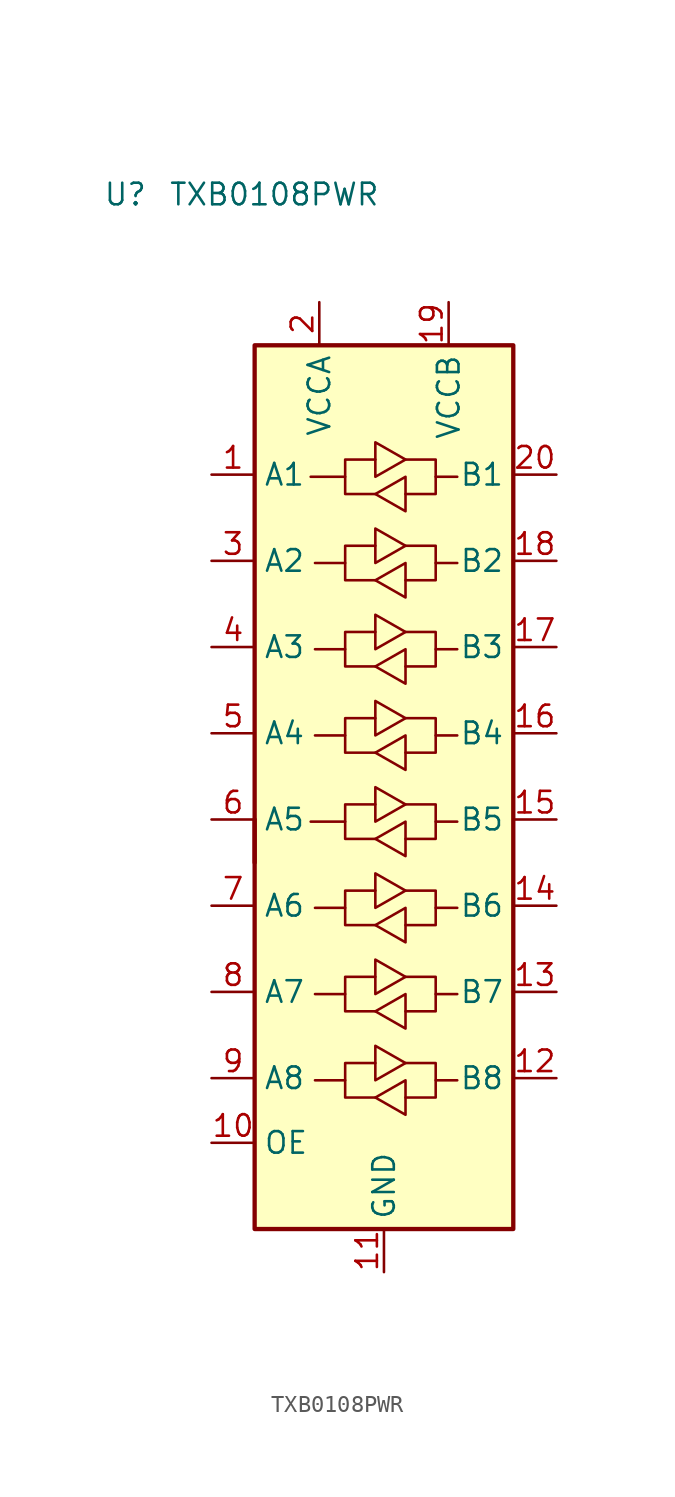
<source format=kicad_sym>
(kicad_symbol_lib
  (version 20211014)
  (generator kicad_symbol_editor)
  (symbol "TXB0108PWR"
    (property "Reference" "U"
      (at -15.24 24.13 0)
      (effects (font (size 1.27 1.27))))
    (property "Value" "TXB0108PWR"
      (at -12.7 24.13 0)
      (effects (font (size 1.27 1.27)) (justify left)))
    (symbol "TXB0108PWR_0_1"
      (rectangle (start -7.62 -15.24) (end -7.62 -12.7) (stroke (width 0.254) (type default) (color 0 0 0 0)) (fill (type none)))
      (rectangle (start -7.62 15.24) (end 7.62 -36.83) (stroke (width 0.254) (type default) (color 0 0 0 0)) (fill (type background)))
      (polyline (pts (xy -2.286 -7.747) (xy -2.286 -6.731) (xy -0.508 -6.731)) (stroke (width 0) (type default) (color 0 0 0 0)) (fill (type none)))
      (polyline (pts (xy -2.286 -2.667) (xy -2.286 -1.651) (xy -0.508 -1.651)) (stroke (width 0) (type default) (color 0 0 0 0)) (fill (type none)))
      (polyline (pts (xy -2.286 2.413) (xy -2.286 3.429) (xy -0.508 3.429)) (stroke (width 0) (type default) (color 0 0 0 0)) (fill (type none)))
      (polyline (pts (xy -2.286 7.493) (xy -2.286 8.509) (xy -0.508 8.509)) (stroke (width 0) (type default) (color 0 0 0 0)) (fill (type none)))
      (polyline (pts (xy 3.048 -7.747) (xy 3.048 -8.763) (xy 1.27 -8.763)) (stroke (width 0) (type default) (color 0 0 0 0)) (fill (type none)))
      (polyline (pts (xy 3.048 -2.667) (xy 3.048 -3.683) (xy 1.27 -3.683)) (stroke (width 0) (type default) (color 0 0 0 0)) (fill (type none)))
      (polyline (pts (xy 3.048 2.413) (xy 3.048 1.397) (xy 1.27 1.397)) (stroke (width 0) (type default) (color 0 0 0 0)) (fill (type none)))
      (polyline (pts (xy 3.048 7.493) (xy 3.048 6.477) (xy 1.27 6.477)) (stroke (width 0) (type default) (color 0 0 0 0)) (fill (type none)))
      (polyline (pts (xy -0.508 -8.763) (xy -2.286 -8.763) (xy -2.286 -7.747) (xy -4.064 -7.747)) (stroke (width 0) (type default) (color 0 0 0 0)) (fill (type none)))
      (polyline (pts (xy -0.508 -8.763) (xy 1.27 -7.747) (xy 1.27 -9.779) (xy -0.508 -8.763)) (stroke (width 0) (type default) (color 0 0 0 0)) (fill (type none)))
      (polyline (pts (xy -0.508 -3.683) (xy -2.286 -3.683) (xy -2.286 -2.667) (xy -4.064 -2.667)) (stroke (width 0) (type default) (color 0 0 0 0)) (fill (type none)))
      (polyline (pts (xy -0.508 -3.683) (xy 1.27 -2.667) (xy 1.27 -4.699) (xy -0.508 -3.683)) (stroke (width 0) (type default) (color 0 0 0 0)) (fill (type none)))
      (polyline (pts (xy -0.508 1.397) (xy -2.286 1.397) (xy -2.286 2.413) (xy -4.064 2.413)) (stroke (width 0) (type default) (color 0 0 0 0)) (fill (type none)))
      (polyline (pts (xy -0.508 1.397) (xy 1.27 2.413) (xy 1.27 0.381) (xy -0.508 1.397)) (stroke (width 0) (type default) (color 0 0 0 0)) (fill (type none)))
      (polyline (pts (xy -0.508 6.477) (xy -2.286 6.477) (xy -2.286 7.493) (xy -4.318 7.493)) (stroke (width 0) (type default) (color 0 0 0 0)) (fill (type none)))
      (polyline (pts (xy -0.508 6.477) (xy 1.27 7.493) (xy 1.27 5.461) (xy -0.508 6.477)) (stroke (width 0) (type default) (color 0 0 0 0)) (fill (type none)))
      (polyline (pts (xy 1.27 -6.731) (xy -0.508 -7.747) (xy -0.508 -5.715) (xy 1.27 -6.731)) (stroke (width 0) (type default) (color 0 0 0 0)) (fill (type none)))
      (polyline (pts (xy 1.27 -6.731) (xy 3.048 -6.731) (xy 3.048 -7.747) (xy 4.318 -7.747)) (stroke (width 0) (type default) (color 0 0 0 0)) (fill (type none)))
      (polyline (pts (xy 1.27 -1.651) (xy -0.508 -2.667) (xy -0.508 -0.635) (xy 1.27 -1.651)) (stroke (width 0) (type default) (color 0 0 0 0)) (fill (type none)))
      (polyline (pts (xy 1.27 -1.651) (xy 3.048 -1.651) (xy 3.048 -2.667) (xy 4.318 -2.667)) (stroke (width 0) (type default) (color 0 0 0 0)) (fill (type none)))
      (polyline (pts (xy 1.27 3.429) (xy -0.508 2.413) (xy -0.508 4.445) (xy 1.27 3.429)) (stroke (width 0) (type default) (color 0 0 0 0)) (fill (type none)))
      (polyline (pts (xy 1.27 3.429) (xy 3.048 3.429) (xy 3.048 2.413) (xy 4.318 2.413)) (stroke (width 0) (type default) (color 0 0 0 0)) (fill (type none)))
      (polyline (pts (xy 1.27 8.509) (xy -0.508 7.493) (xy -0.508 9.525) (xy 1.27 8.509)) (stroke (width 0) (type default) (color 0 0 0 0)) (fill (type none)))
      (polyline (pts (xy 1.27 8.509) (xy 3.048 8.509) (xy 3.048 7.493) (xy 4.318 7.493)) (stroke (width 0) (type default) (color 0 0 0 0)) (fill (type none))))
    (symbol "TXB0108PWR_1_1"
      (polyline (pts (xy -2.286 -28.067) (xy -2.286 -27.051) (xy -0.508 -27.051)) (stroke (width 0) (type default) (color 0 0 0 0)) (fill (type none)))
      (polyline (pts (xy -2.286 -22.987) (xy -2.286 -21.971) (xy -0.508 -21.971)) (stroke (width 0) (type default) (color 0 0 0 0)) (fill (type none)))
      (polyline (pts (xy -2.286 -17.907) (xy -2.286 -16.891) (xy -0.508 -16.891)) (stroke (width 0) (type default) (color 0 0 0 0)) (fill (type none)))
      (polyline (pts (xy -2.286 -12.827) (xy -2.286 -11.811) (xy -0.508 -11.811)) (stroke (width 0) (type default) (color 0 0 0 0)) (fill (type none)))
      (polyline (pts (xy 3.048 -28.067) (xy 3.048 -29.083) (xy 1.27 -29.083)) (stroke (width 0) (type default) (color 0 0 0 0)) (fill (type none)))
      (polyline (pts (xy 3.048 -22.987) (xy 3.048 -24.003) (xy 1.27 -24.003)) (stroke (width 0) (type default) (color 0 0 0 0)) (fill (type none)))
      (polyline (pts (xy 3.048 -17.907) (xy 3.048 -18.923) (xy 1.27 -18.923)) (stroke (width 0) (type default) (color 0 0 0 0)) (fill (type none)))
      (polyline (pts (xy 3.048 -12.827) (xy 3.048 -13.843) (xy 1.27 -13.843)) (stroke (width 0) (type default) (color 0 0 0 0)) (fill (type none)))
      (polyline (pts (xy -0.508 -29.083) (xy -2.286 -29.083) (xy -2.286 -28.067) (xy -4.064 -28.067)) (stroke (width 0) (type default) (color 0 0 0 0)) (fill (type none)))
      (polyline (pts (xy -0.508 -29.083) (xy 1.27 -28.067) (xy 1.27 -30.099) (xy -0.508 -29.083)) (stroke (width 0) (type default) (color 0 0 0 0)) (fill (type none)))
      (polyline (pts (xy -0.508 -24.003) (xy -2.286 -24.003) (xy -2.286 -22.987) (xy -4.064 -22.987)) (stroke (width 0) (type default) (color 0 0 0 0)) (fill (type none)))
      (polyline (pts (xy -0.508 -24.003) (xy 1.27 -22.987) (xy 1.27 -25.019) (xy -0.508 -24.003)) (stroke (width 0) (type default) (color 0 0 0 0)) (fill (type none)))
      (polyline (pts (xy -0.508 -18.923) (xy -2.286 -18.923) (xy -2.286 -17.907) (xy -4.064 -17.907)) (stroke (width 0) (type default) (color 0 0 0 0)) (fill (type none)))
      (polyline (pts (xy -0.508 -18.923) (xy 1.27 -17.907) (xy 1.27 -19.939) (xy -0.508 -18.923)) (stroke (width 0) (type default) (color 0 0 0 0)) (fill (type none)))
      (polyline (pts (xy -0.508 -13.843) (xy -2.286 -13.843) (xy -2.286 -12.827) (xy -4.318 -12.827)) (stroke (width 0) (type default) (color 0 0 0 0)) (fill (type none)))
      (polyline (pts (xy -0.508 -13.843) (xy 1.27 -12.827) (xy 1.27 -14.859) (xy -0.508 -13.843)) (stroke (width 0) (type default) (color 0 0 0 0)) (fill (type none)))
      (polyline (pts (xy 1.27 -27.051) (xy -0.508 -28.067) (xy -0.508 -26.035) (xy 1.27 -27.051)) (stroke (width 0) (type default) (color 0 0 0 0)) (fill (type none)))
      (polyline (pts (xy 1.27 -27.051) (xy 3.048 -27.051) (xy 3.048 -28.067) (xy 4.318 -28.067)) (stroke (width 0) (type default) (color 0 0 0 0)) (fill (type none)))
      (polyline (pts (xy 1.27 -21.971) (xy -0.508 -22.987) (xy -0.508 -20.955) (xy 1.27 -21.971)) (stroke (width 0) (type default) (color 0 0 0 0)) (fill (type none)))
      (polyline (pts (xy 1.27 -21.971) (xy 3.048 -21.971) (xy 3.048 -22.987) (xy 4.318 -22.987)) (stroke (width 0) (type default) (color 0 0 0 0)) (fill (type none)))
      (polyline (pts (xy 1.27 -16.891) (xy -0.508 -17.907) (xy -0.508 -15.875) (xy 1.27 -16.891)) (stroke (width 0) (type default) (color 0 0 0 0)) (fill (type none)))
      (polyline (pts (xy 1.27 -16.891) (xy 3.048 -16.891) (xy 3.048 -17.907) (xy 4.318 -17.907)) (stroke (width 0) (type default) (color 0 0 0 0)) (fill (type none)))
      (polyline (pts (xy 1.27 -11.811) (xy -0.508 -12.827) (xy -0.508 -10.795) (xy 1.27 -11.811)) (stroke (width 0) (type default) (color 0 0 0 0)) (fill (type none)))
      (polyline (pts (xy 1.27 -11.811) (xy 3.048 -11.811) (xy 3.048 -12.827) (xy 4.318 -12.827)) (stroke (width 0) (type default) (color 0 0 0 0)) (fill (type none)))
      (pin bidirectional line (at -10.16 7.62 0) (length 2.54) (name "A1" (effects (font (size 1.27 1.27)))) (number "1" (effects (font (size 1.27 1.27)))))
      (pin input line (at -10.16 -31.75 0) (length 2.54) (name "OE" (effects (font (size 1.27 1.27)))) (number "10" (effects (font (size 1.27 1.27)))))
      (pin power_in line (at 0 -39.37 90) (length 2.54) (name "GND" (effects (font (size 1.27 1.27)))) (number "11" (effects (font (size 1.27 1.27)))))
      (pin bidirectional line (at 10.16 -27.94 180) (length 2.54) (name "B8" (effects (font (size 1.27 1.27)))) (number "12" (effects (font (size 1.27 1.27)))))
      (pin bidirectional line (at 10.16 -22.86 180) (length 2.54) (name "B7" (effects (font (size 1.27 1.27)))) (number "13" (effects (font (size 1.27 1.27)))))
      (pin bidirectional line (at 10.16 -17.78 180) (length 2.54) (name "B6" (effects (font (size 1.27 1.27)))) (number "14" (effects (font (size 1.27 1.27)))))
      (pin bidirectional line (at 10.16 -12.7 180) (length 2.54) (name "B5" (effects (font (size 1.27 1.27)))) (number "15" (effects (font (size 1.27 1.27)))))
      (pin bidirectional line (at 10.16 -7.62 180) (length 2.54) (name "B4" (effects (font (size 1.27 1.27)))) (number "16" (effects (font (size 1.27 1.27)))))
      (pin bidirectional line (at 10.16 -2.54 180) (length 2.54) (name "B3" (effects (font (size 1.27 1.27)))) (number "17" (effects (font (size 1.27 1.27)))))
      (pin bidirectional line (at 10.16 2.54 180) (length 2.54) (name "B2" (effects (font (size 1.27 1.27)))) (number "18" (effects (font (size 1.27 1.27)))))
      (pin power_in line (at 3.81 17.78 270) (length 2.54) (name "VCCB" (effects (font (size 1.27 1.27)))) (number "19" (effects (font (size 1.27 1.27)))))
      (pin power_in line (at -3.81 17.78 270) (length 2.54) (name "VCCA" (effects (font (size 1.27 1.27)))) (number "2" (effects (font (size 1.27 1.27)))))
      (pin bidirectional line (at 10.16 7.62 180) (length 2.54) (name "B1" (effects (font (size 1.27 1.27)))) (number "20" (effects (font (size 1.27 1.27)))))
      (pin bidirectional line (at -10.16 2.54 0) (length 2.54) (name "A2" (effects (font (size 1.27 1.27)))) (number "3" (effects (font (size 1.27 1.27)))))
      (pin bidirectional line (at -10.16 -2.54 0) (length 2.54) (name "A3" (effects (font (size 1.27 1.27)))) (number "4" (effects (font (size 1.27 1.27)))))
      (pin bidirectional line (at -10.16 -7.62 0) (length 2.54) (name "A4" (effects (font (size 1.27 1.27)))) (number "5" (effects (font (size 1.27 1.27)))))
      (pin bidirectional line (at -10.16 -12.7 0) (length 2.54) (name "A5" (effects (font (size 1.27 1.27)))) (number "6" (effects (font (size 1.27 1.27)))))
      (pin bidirectional line (at -10.16 -17.78 0) (length 2.54) (name "A6" (effects (font (size 1.27 1.27)))) (number "7" (effects (font (size 1.27 1.27)))))
      (pin bidirectional line (at -10.16 -22.86 0) (length 2.54) (name "A7" (effects (font (size 1.27 1.27)))) (number "8" (effects (font (size 1.27 1.27)))))
      (pin bidirectional line (at -10.16 -27.94 0) (length 2.54) (name "A8" (effects (font (size 1.27 1.27)))) (number "9" (effects (font (size 1.27 1.27))))))))
</source>
